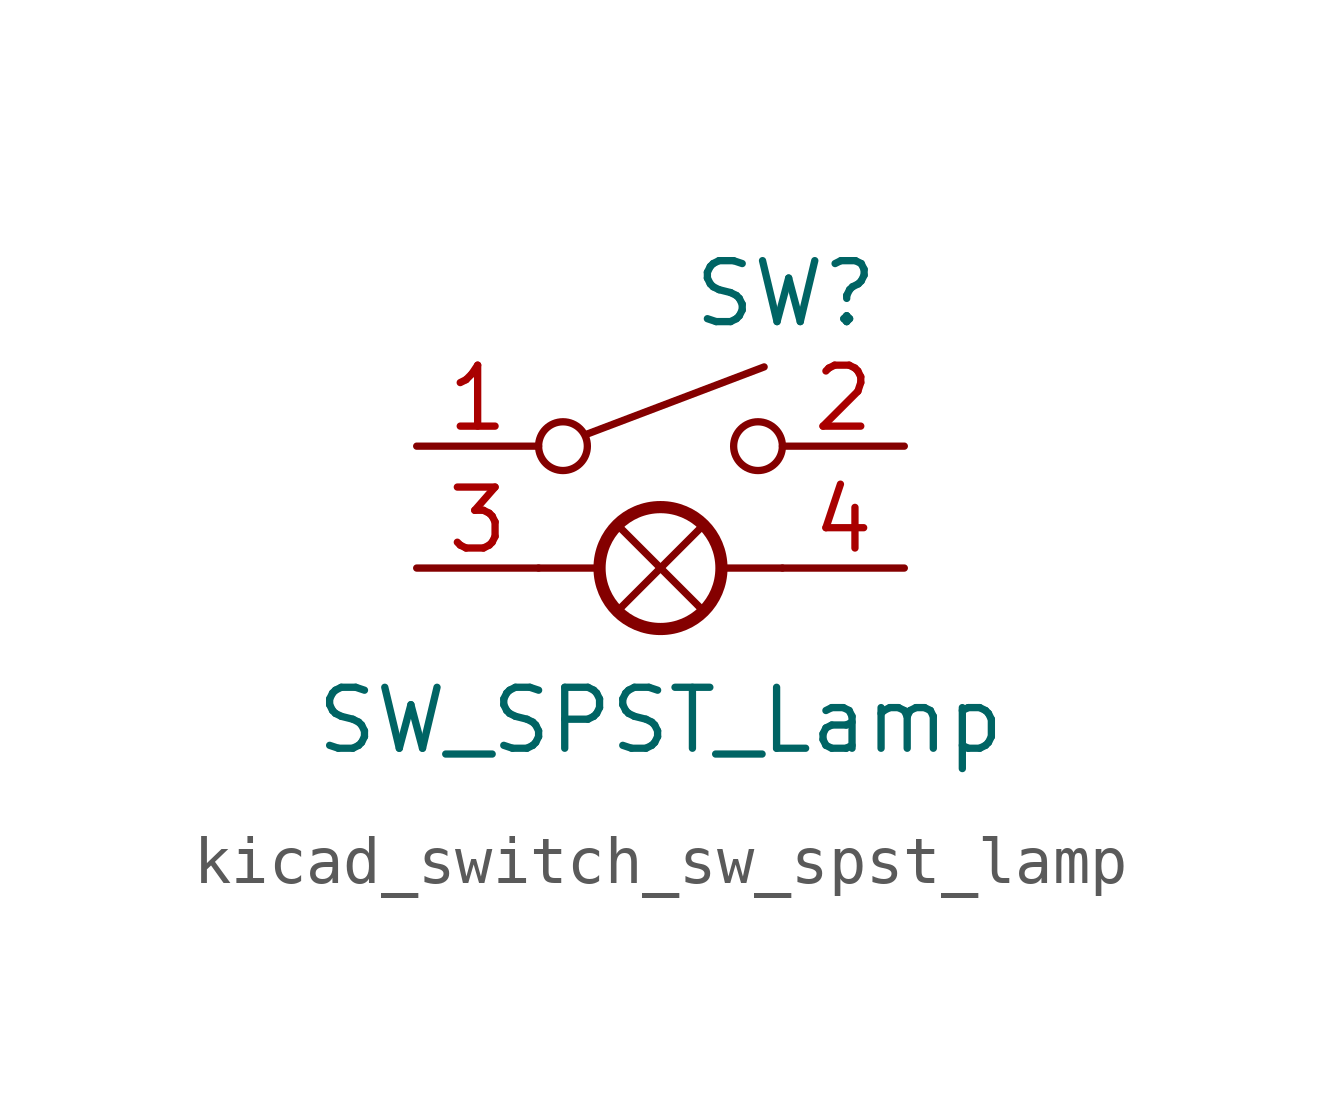
<source format=kicad_sym>
(kicad_symbol_lib
  (version 20220914)
  (generator kicad_symbol_editor)
  (symbol "kicad_switch_sw_spst_lamp"
    (pin_names
      (offset 1.016) hide)
    (property "Reference" "SW"
      (at 0.635 5.715 0)
      (effects (font (size 1.27 1.27)) (justify left)))
    (property "Value" "SW_SPST_Lamp"
      (at 0 -3.175 0)
      (effects (font (size 1.27 1.27))))
    (symbol "kicad_switch_sw_spst_lamp_0_1"
      (circle (center -2.032 2.54) (radius 0.508) (stroke (width 0) (type default)) (fill (type none)))
      (polyline (pts (xy -2.54 0) (xy -1.27 0)) (stroke (width 0) (type default)) (fill (type none)))
      (polyline (pts (xy -1.524 2.794) (xy 2.159 4.191)) (stroke (width 0) (type default)) (fill (type none)))
      (polyline (pts (xy -0.889 -0.889) (xy 0.889 0.889)) (stroke (width 0) (type default)) (fill (type none)))
      (polyline (pts (xy 0.889 -0.889) (xy -0.889 0.889)) (stroke (width 0) (type default)) (fill (type none)))
      (polyline (pts (xy 2.54 0) (xy 1.27 0)) (stroke (width 0) (type default)) (fill (type none)))
      (circle (center 0 0) (radius 1.27) (stroke (width 0.254) (type default)) (fill (type none)))
      (circle (center 2.032 2.54) (radius 0.508) (stroke (width 0) (type default)) (fill (type none)))
      (pin passive line (at -5.08 2.54 0) (length 2.54) (name "1" (effects (font (size 1.27 1.27)))) (number "1" (effects (font (size 1.27 1.27)))))
      (pin passive line (at 5.08 2.54 180) (length 2.54) (name "2" (effects (font (size 1.27 1.27)))) (number "2" (effects (font (size 1.27 1.27)))))
      (pin passive line (at -5.08 0 0) (length 2.54) (name "L" (effects (font (size 1.27 1.27)))) (number "3" (effects (font (size 1.27 1.27)))))
      (pin passive line (at 5.08 0 180) (length 2.54) (name "L" (effects (font (size 1.27 1.27)))) (number "4" (effects (font (size 1.27 1.27))))))))
</source>
